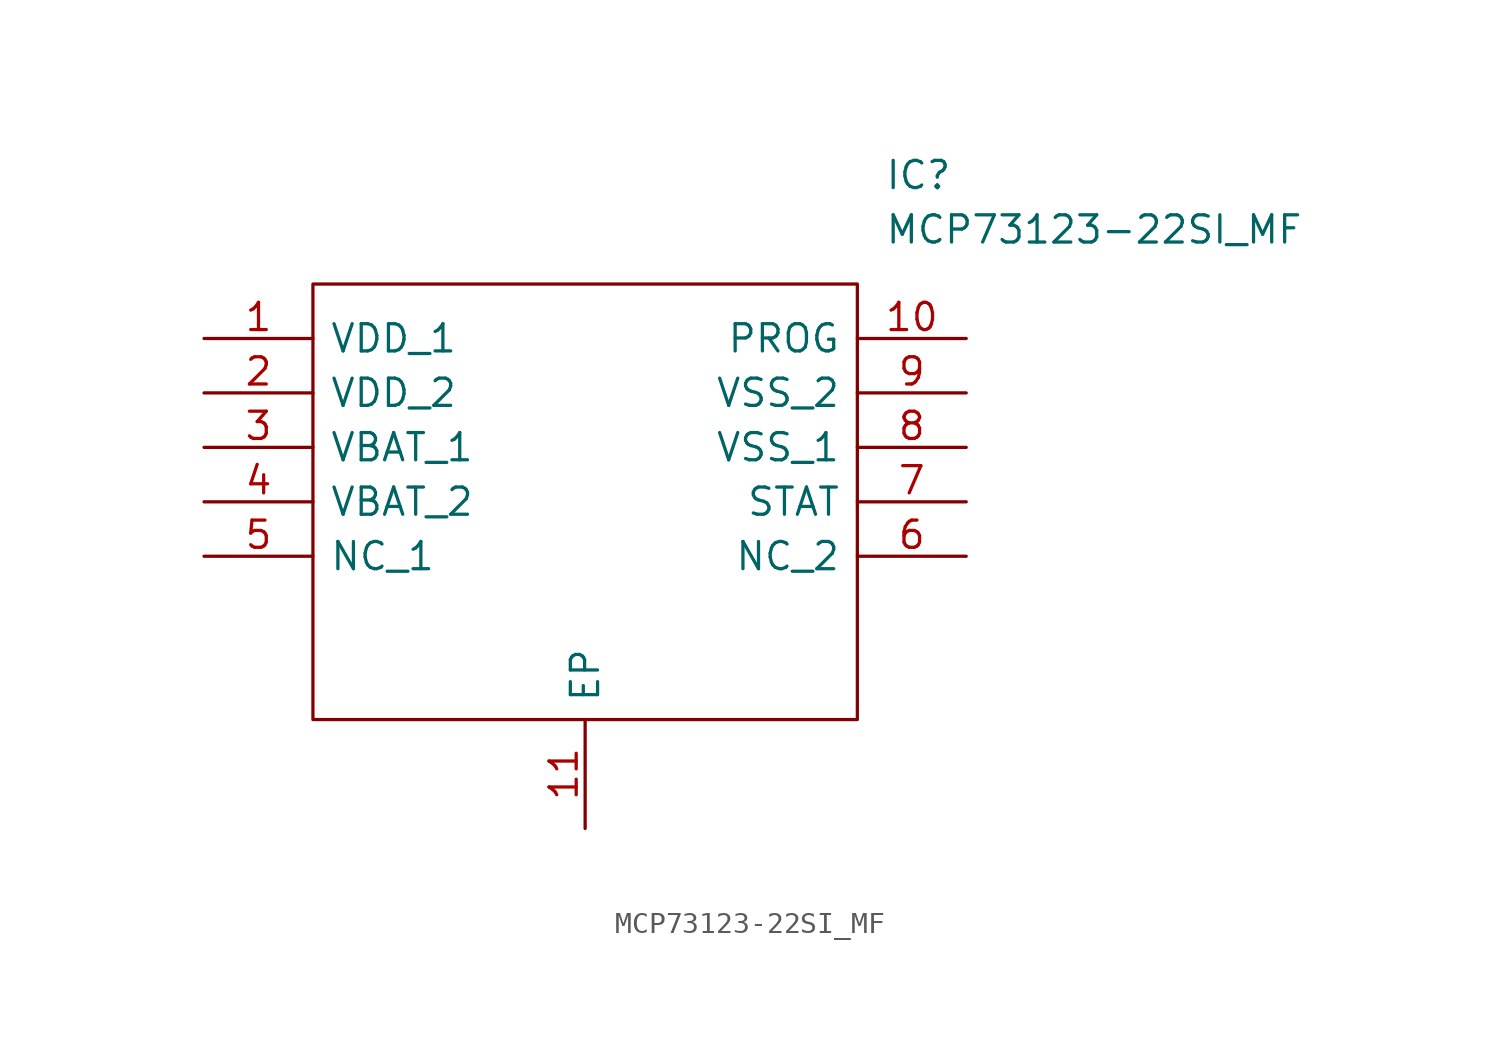
<source format=kicad_sym>
(kicad_symbol_lib
  (version 20211014)
  (generator kicad_symbol_editor)
  (symbol "MCP73123-22SI_MF"
    (pin_names
      (offset 0.762))
    (property "Reference" "IC"
      (at 31.75 7.62 0)
      (effects (font (size 1.27 1.27)) (justify left)))
    (property "Value" "MCP73123-22SI_MF"
      (at 31.75 5.08 0)
      (effects (font (size 1.27 1.27)) (justify left)))
    (symbol "MCP73123-22SI_MF_0_0"
      (pin passive line (at 0 0 0) (length 5.08) (name "VDD_1" (effects (font (size 1.27 1.27)))) (number "1" (effects (font (size 1.27 1.27)))))
      (pin passive line (at 35.56 0 180) (length 5.08) (name "PROG" (effects (font (size 1.27 1.27)))) (number "10" (effects (font (size 1.27 1.27)))))
      (pin passive line (at 17.78 -22.86 90) (length 5.08) (name "EP" (effects (font (size 1.27 1.27)))) (number "11" (effects (font (size 1.27 1.27)))))
      (pin passive line (at 0 -2.54 0) (length 5.08) (name "VDD_2" (effects (font (size 1.27 1.27)))) (number "2" (effects (font (size 1.27 1.27)))))
      (pin passive line (at 0 -5.08 0) (length 5.08) (name "VBAT_1" (effects (font (size 1.27 1.27)))) (number "3" (effects (font (size 1.27 1.27)))))
      (pin passive line (at 0 -7.62 0) (length 5.08) (name "VBAT_2" (effects (font (size 1.27 1.27)))) (number "4" (effects (font (size 1.27 1.27)))))
      (pin passive line (at 0 -10.16 0) (length 5.08) (name "NC_1" (effects (font (size 1.27 1.27)))) (number "5" (effects (font (size 1.27 1.27)))))
      (pin passive line (at 35.56 -10.16 180) (length 5.08) (name "NC_2" (effects (font (size 1.27 1.27)))) (number "6" (effects (font (size 1.27 1.27)))))
      (pin passive line (at 35.56 -7.62 180) (length 5.08) (name "STAT" (effects (font (size 1.27 1.27)))) (number "7" (effects (font (size 1.27 1.27)))))
      (pin passive line (at 35.56 -5.08 180) (length 5.08) (name "VSS_1" (effects (font (size 1.27 1.27)))) (number "8" (effects (font (size 1.27 1.27)))))
      (pin passive line (at 35.56 -2.54 180) (length 5.08) (name "VSS_2" (effects (font (size 1.27 1.27)))) (number "9" (effects (font (size 1.27 1.27))))))
    (symbol "MCP73123-22SI_MF_0_1"
      (polyline (pts (xy 5.08 2.54) (xy 30.48 2.54) (xy 30.48 -17.78) (xy 5.08 -17.78) (xy 5.08 2.54)) (stroke (width 0.152) (type default) (color 0 0 0 0)) (fill (type none))))))
</source>
